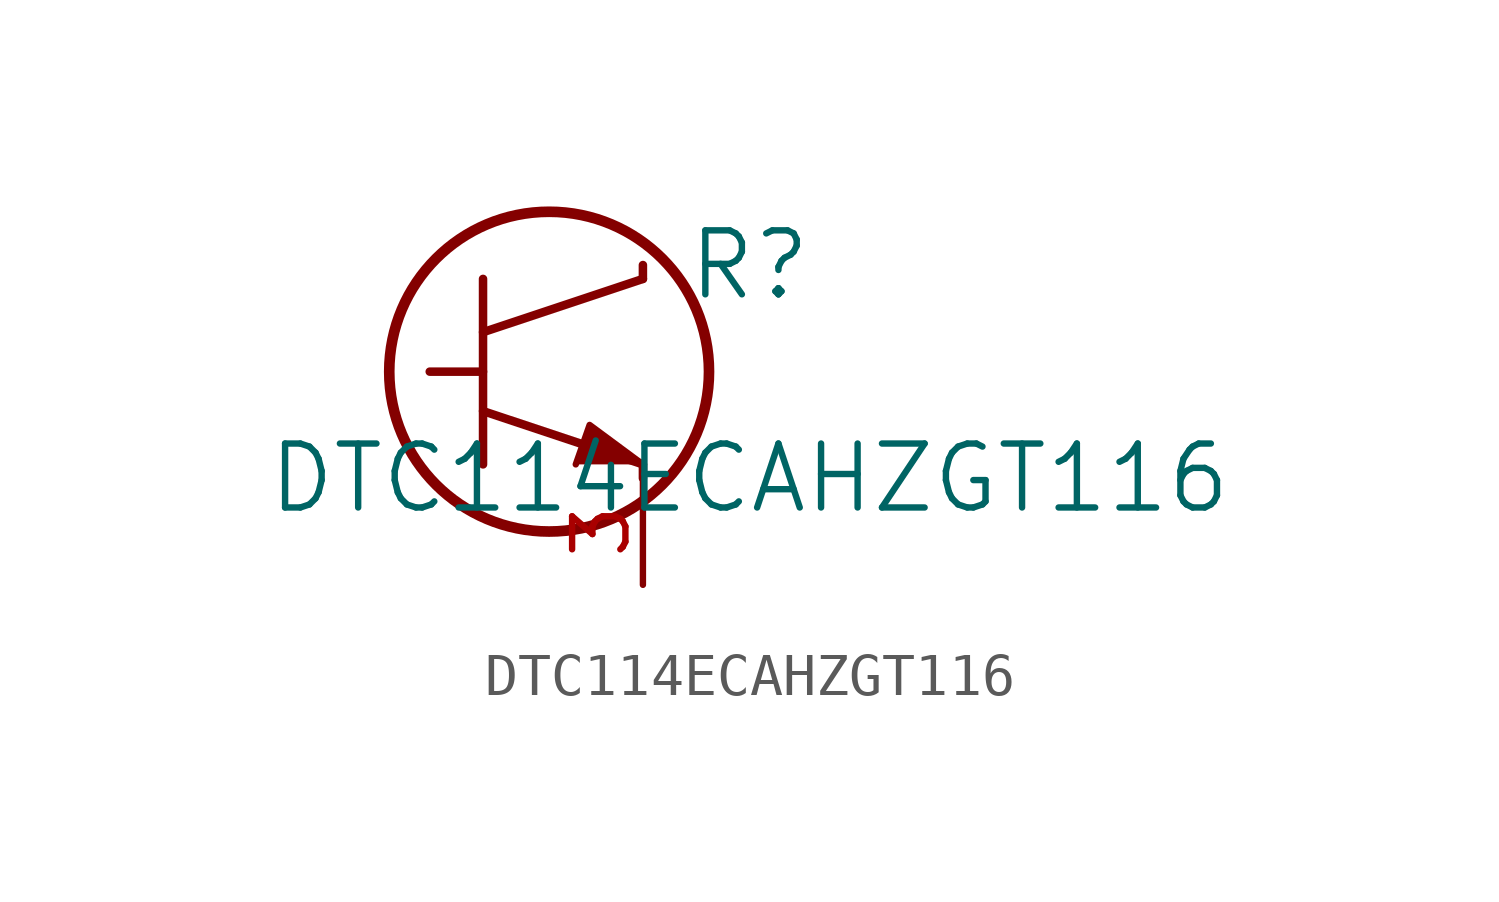
<source format=kicad_sym>
(kicad_symbol_lib
  (version 20211014)
  (generator kicad_symbol_editor)
  (symbol "DTC114ECAHZGT116"
    (pin_names
      (offset 0.254))
    (property "Reference" "R"
      (at 10.16 2.54 0)
      (effects (font (size 1.524 1.524))))
    (property "Value" "DTC114ECAHZGT116"
      (at 10.16 -2.54 0)
      (effects (font (size 1.524 1.524))))
    (symbol "DTC114ECAHZGT116_0_1"
      (circle (center 5.385 0) (radius 3.81) (stroke (width 0.254) (type default) (color 0 0 0 0)) (fill (type none)))
      (polyline (pts (xy 3.81 -2.21) (xy 3.81 2.21)) (stroke (width 0.203) (type default) (color 0 0 0 0)) (fill (type none)))
      (polyline (pts (xy 3.81 0.94) (xy 7.62 2.21)) (stroke (width 0.203) (type default) (color 0 0 0 0)) (fill (type none)))
      (polyline (pts (xy 3.81 -0.94) (xy 7.62 -2.21)) (stroke (width 0.203) (type default) (color 0 0 0 0)) (fill (type none)))
      (polyline (pts (xy 7.62 -2.54) (xy 7.62 -2.21)) (stroke (width 0.203) (type default) (color 0 0 0 0)) (fill (type none)))
      (polyline (pts (xy 7.62 2.21) (xy 7.62 2.54)) (stroke (width 0.203) (type default) (color 0 0 0 0)) (fill (type none)))
      (polyline (pts (xy 2.54 0) (xy 3.81 0)) (stroke (width 0.203) (type default) (color 0 0 0 0)) (fill (type none)))
      (polyline (pts (xy 6.02 -2.21) (xy 6.35 -1.27) (xy 7.62 -2.21)) (stroke (width 0) (type default) (color 0 0 0 0)) (fill (type outline)))
      (pin unspecified line (at 7.62 -5.08 90) (length 2.54) (name "" (effects (font (size 1.27 1.27)))) (number "3" (effects (font (size 1.27 1.27))))))))
</source>
